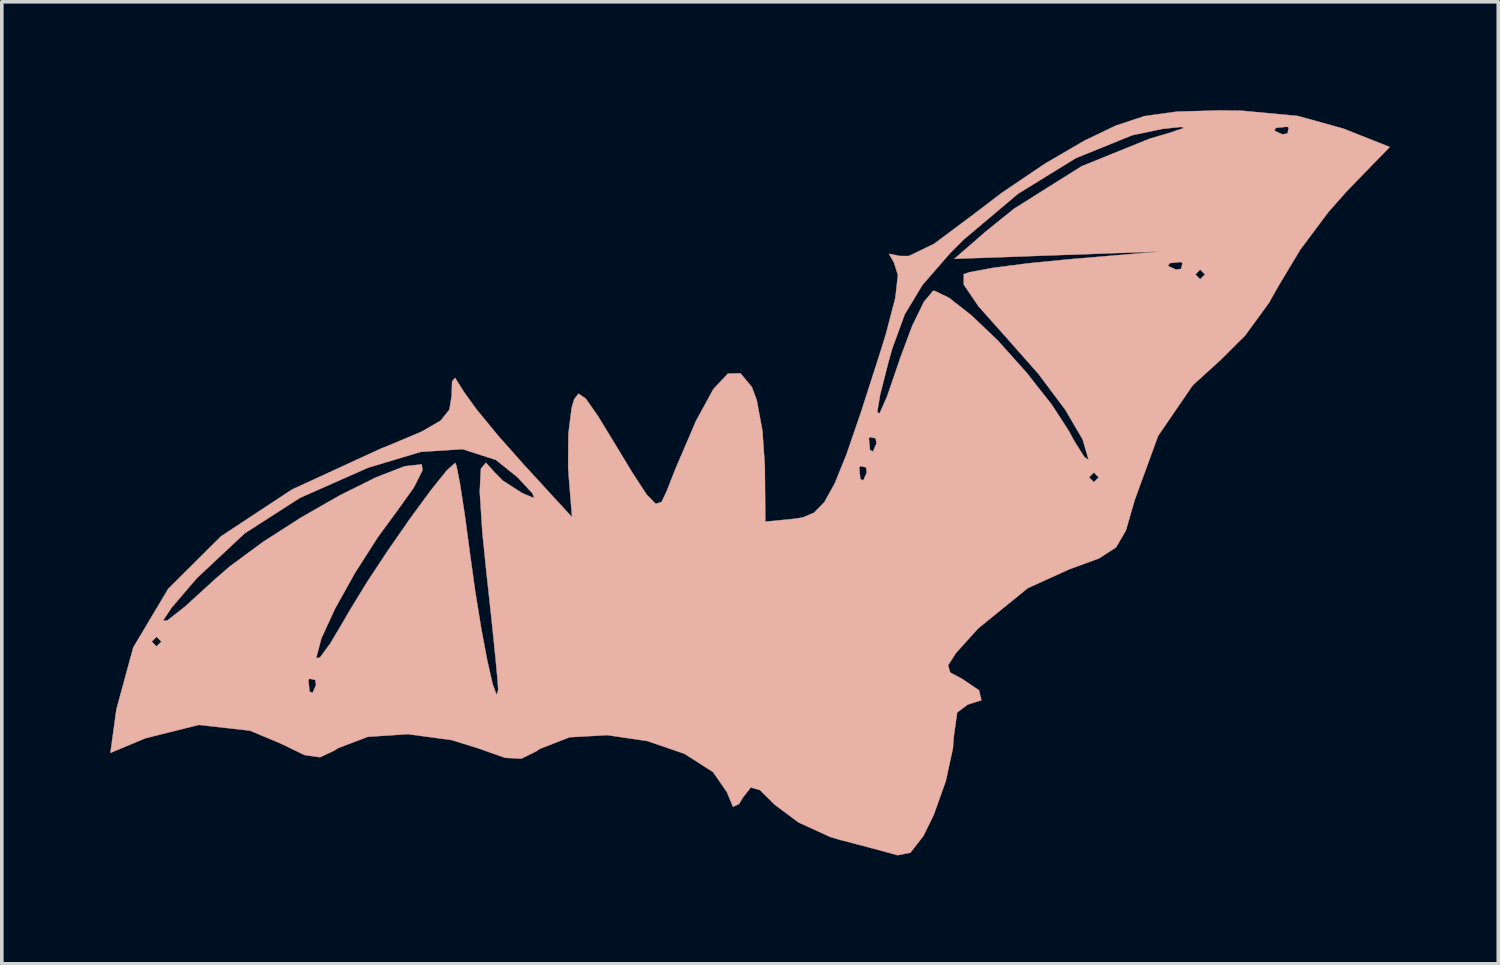
<source format=kicad_pcb>
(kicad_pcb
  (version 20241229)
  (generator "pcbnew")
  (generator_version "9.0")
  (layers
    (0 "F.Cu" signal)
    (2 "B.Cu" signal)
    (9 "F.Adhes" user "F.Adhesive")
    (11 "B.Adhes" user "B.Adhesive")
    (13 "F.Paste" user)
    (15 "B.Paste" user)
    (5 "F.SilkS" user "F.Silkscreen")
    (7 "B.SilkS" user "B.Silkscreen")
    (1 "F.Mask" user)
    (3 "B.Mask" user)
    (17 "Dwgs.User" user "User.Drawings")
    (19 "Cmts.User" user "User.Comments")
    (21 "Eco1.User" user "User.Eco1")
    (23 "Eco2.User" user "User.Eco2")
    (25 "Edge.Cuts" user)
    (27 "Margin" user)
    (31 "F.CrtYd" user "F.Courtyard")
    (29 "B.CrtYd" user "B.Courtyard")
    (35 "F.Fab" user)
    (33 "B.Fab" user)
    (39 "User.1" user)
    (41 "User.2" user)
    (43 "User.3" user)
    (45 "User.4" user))
  (footprint "bat_small"
    (layer "F.Cu")
    (at 19.342 12.739)
    (property "Reference" "bat_small" (at 0 0 0) (layer "F.SilkS") (effects (font (size 1.524 1.524) (thickness 0.3))))
    (attr through_hole)
    (fp_poly (pts (xy 10.16 -12.7) (xy 9.278 -12.577) (xy 8.479 -12.313) (xy 7.607 -11.894) (xy 6.525 -11.263) (xy 5.338 -10.462) (xy 4.469 -9.801) (xy 3.452 -9.042) (xy 2.756 -8.706) (xy 2.493 -8.707) (xy 2.204 -8.768) (xy 2.344 -8.523) (xy 2.452 -8.177) (xy 2.381 -7.547) (xy 2.119 -6.545) (xy 1.964 -6.044) (xy 1.441 -4.416) (xy 1.034 -3.229) (xy 0.704 -2.412) (xy 0.416 -1.894) (xy 0.132 -1.604) (xy -0.183 -1.47) (xy -0.421 -1.434) (xy -1.216 -1.355) (xy -1.23 -2.904) (xy -1.297 -3.875) (xy -1.452 -4.711) (xy -1.586 -5.077) (xy -1.904 -5.46) (xy -2.251 -5.452) (xy -2.653 -5.024) (xy -3.132 -4.148) (xy -3.713 -2.794) (xy -3.947 -2.195) (xy -4.088 -1.899) (xy -4.249 -1.849) (xy -4.498 -2.103) (xy -4.901 -2.72) (xy -5.298 -3.377) (xy -5.844 -4.272) (xy -6.185 -4.76) (xy -6.385 -4.898) (xy -6.506 -4.741) (xy -6.575 -4.505) (xy -6.666 -3.779) (xy -6.672 -2.865) (xy -6.658 -2.639) (xy -6.564 -1.481) (xy -7.046 -2.005) (xy -7.61 -2.005) (xy -7.912 -2.132) (xy -7.952 -2.152) (xy -8.474 -2.487) (xy -8.703 -2.717) (xy -8.948 -2.988) (xy -9.086 -2.818) (xy -9.118 -2.183) (xy -9.046 -1.062) (xy -8.936 0.025) (xy -8.802 1.251) (xy -8.695 2.287) (xy -8.626 3.013) (xy -8.607 3.3) (xy -8.654 3.437) (xy -8.75 3.167) (xy -13.649 3.167) (xy -13.747 3.387) (xy -13.827 3.345) (xy -13.859 3.028) (xy -13.827 2.989) (xy -13.668 3.025) (xy -13.649 3.167) (xy -8.75 3.167) (xy -8.761 3.137) (xy -8.908 2.495) (xy -9.076 1.604) (xy -9.246 0.556) (xy -9.388 -0.47) (xy -9.533 -1.551) (xy -9.664 -2.4) (xy -9.762 -2.899) (xy -9.796 -2.983) (xy -10.027 -2.776) (xy -10.467 -2.229) (xy -11.036 -1.454) (xy -11.657 -0.561) (xy -12.25 0.338) (xy -12.736 1.133) (xy -12.842 1.32) (xy -13.251 2.011) (xy -13.54 2.405) (xy -13.644 2.423) (xy -13.524 1.964) (xy -17.927 1.964) (xy -18.06 2.097) (xy -18.194 1.964) (xy -18.06 1.83) (xy -17.927 1.964) (xy -13.524 1.964) (xy -13.503 1.88) (xy -13.119 1.048) (xy -12.571 0.064) (xy -11.935 -0.93) (xy -11.409 -1.646) (xy -10.94 -2.303) (xy -10.702 -2.776) (xy -10.723 -2.941) (xy -11.195 -2.888) (xy -11.984 -2.583) (xy -12.977 -2.09) (xy -14.058 -1.473) (xy -15.113 -0.796) (xy -16.028 -0.121) (xy -16.46 0.253) (xy -17.281 1.001) (xy -17.761 1.378) (xy -17.886 1.386) (xy -17.646 1.027) (xy -17.028 0.303) (xy -16.926 0.189) (xy -15.623 -1.031) (xy -14.092 -2.014) (xy -12.208 -2.848) (xy -10.744 -3.287) (xy -9.593 -3.361) (xy -8.672 -3.064) (xy -8.078 -2.589) (xy -7.66 -2.139) (xy -7.61 -2.005) (xy -7.046 -2.005) (xy -7.9 -2.935) (xy -8.609 -3.734) (xy -9.201 -4.454) (xy -9.554 -4.943) (xy -9.562 -4.956) (xy -9.8 -5.334) (xy -9.883 -5.236) (xy -9.896 -4.83) (xy -9.958 -4.454) (xy -10.2 -4.151) (xy -10.726 -3.846) (xy -11.638 -3.462) (xy -11.844 -3.381) (xy -14.314 -2.244) (xy -16.276 -0.951) (xy -17.737 0.502) (xy -18.704 2.123) (xy -19.171 3.836) (xy -19.337 5.042) (xy -18.373 4.639) (xy -16.894 4.268) (xy -15.475 4.427) (xy -14.636 4.778) (xy -13.966 5.102) (xy -13.538 5.163) (xy -13.139 4.977) (xy -13.043 4.912) (xy -12.217 4.598) (xy -11.102 4.524) (xy -9.887 4.689) (xy -9.122 4.929) (xy -8.416 5.179) (xy -7.969 5.202) (xy -7.553 4.998) (xy -7.453 4.929) (xy -6.633 4.61) (xy -5.591 4.551) (xy -4.479 4.715) (xy -3.451 5.068) (xy -2.661 5.574) (xy -2.28 6.127) (xy -2.112 6.533) (xy -1.945 6.458) (xy -1.831 6.27) (xy -1.619 5.999) (xy -1.364 6.072) (xy -0.957 6.475) (xy -0.3 6.966) (xy 0.574 7.366) (xy 0.826 7.442) (xy 1.646 7.657) (xy 2.299 7.833) (xy 2.442 7.874) (xy 2.795 7.806) (xy 3.158 7.341) (xy 3.445 6.755) (xy 3.777 5.823) (xy 3.974 4.918) (xy 3.997 4.603) (xy 4.091 3.925) (xy 4.387 3.702) (xy 4.399 3.701) (xy 4.763 3.585) (xy 4.696 3.311) (xy 4.229 2.994) (xy 4.212 2.986) (xy 3.901 2.82) (xy 3.839 2.621) (xy 4.062 2.275) (xy 4.611 1.667) (xy 4.684 1.589) (xy 6.047 0.483) (xy 7.19 -0.036) (xy 8.016 -0.339) (xy 8.488 -0.644) (xy 8.761 -1.112) (xy 8.99 -1.907) (xy 8.997 -1.933) (xy 9.233 -2.582) (xy 8.008 -2.582) (xy 7.874 -2.448) (xy 7.741 -2.582) (xy 7.874 -2.715) (xy 1.591 -2.715) (xy 1.493 -2.495) (xy 1.413 -2.537) (xy 1.381 -2.854) (xy 1.413 -2.894) (xy 1.572 -2.857) (xy 1.591 -2.715) (xy 7.874 -2.715) (xy 8.008 -2.582) (xy 9.233 -2.582) (xy 9.651 -3.728) (xy 10.609 -5.128) (xy 11.394 -5.842) (xy 12.059 -6.506) (xy 12.716 -7.406) (xy 13 -7.908) (xy 13.173 -8.196) (xy 10.949 -8.196) (xy 10.815 -8.063) (xy 10.682 -8.196) (xy 10.815 -8.33) (xy 10.949 -8.196) (xy 13.173 -8.196) (xy 13.361 -8.508) (xy 10.325 -8.508) (xy 10.288 -8.349) (xy 10.147 -8.33) (xy 9.927 -8.428) (xy 9.969 -8.508) (xy 10.286 -8.54) (xy 10.325 -8.508) (xy 13.361 -8.508) (xy 13.586 -8.882) (xy 14.361 -9.92) (xy 14.868 -10.494) (xy 16.06 -11.722) (xy 14.774 -12.232) (xy 14.703 -12.251) (xy 13.266 -12.251) (xy 13.23 -12.093) (xy 13.088 -12.073) (xy 12.868 -12.171) (xy 12.908 -12.248) (xy 10.369 -12.248) (xy 9.97 -12.113) (xy 9.417 -11.952) (xy 7.536 -11.19) (xy 5.666 -10.014) (xy 4.875 -9.376) (xy 4.014 -8.628) (xy 9.746 -8.831) (xy 7.165 -8.613) (xy 6.021 -8.499) (xy 5.067 -8.375) (xy 4.437 -8.258) (xy 4.275 -8.203) (xy 4.275 -7.912) (xy 4.687 -7.307) (xy 5.414 -6.492) (xy 6.34 -5.444) (xy 7.08 -4.456) (xy 7.565 -3.629) (xy 7.729 -3.064) (xy 7.729 -3.063) (xy 7.614 -3.14) (xy 7.376 -3.517) (xy 1.859 -3.517) (xy 1.761 -3.297) (xy 1.68 -3.339) (xy 1.648 -3.657) (xy 1.68 -3.696) (xy 1.839 -3.659) (xy 1.859 -3.517) (xy 7.376 -3.517) (xy 7.337 -3.58) (xy 7.174 -3.878) (xy 6.709 -4.593) (xy 6.007 -5.485) (xy 5.219 -6.365) (xy 5.204 -6.381) (xy 4.48 -7.069) (xy 3.862 -7.552) (xy 3.465 -7.742) (xy 3.423 -7.738) (xy 3.174 -7.441) (xy 2.846 -6.769) (xy 2.508 -5.862) (xy 2.478 -5.769) (xy 2.149 -4.811) (xy 1.946 -4.354) (xy 1.879 -4.378) (xy 1.959 -4.862) (xy 2.194 -5.786) (xy 2.297 -6.148) (xy 2.641 -7.091) (xy 3.132 -7.906) (xy 3.89 -8.777) (xy 4.276 -9.164) (xy 5.779 -10.43) (xy 7.379 -11.416) (xy 8.939 -12.048) (xy 9.768 -12.222) (xy 10.293 -12.278) (xy 10.369 -12.248) (xy 12.908 -12.248) (xy 12.91 -12.251) (xy 13.227 -12.283) (xy 13.266 -12.251) (xy 14.703 -12.251) (xy 13.52 -12.58) (xy 11.962 -12.726) (xy 11.35 -12.734) (xy 10.16 -12.7)) (stroke (width 0.01) (type solid)) (fill yes) (layer "B.SilkS")))
  (gr_rect
    (start -3 -3)
    (end 38.406 23.617)
    (stroke (width 0.1) (type default))
    (fill no)
    (layer "Edge.Cuts")))
</source>
